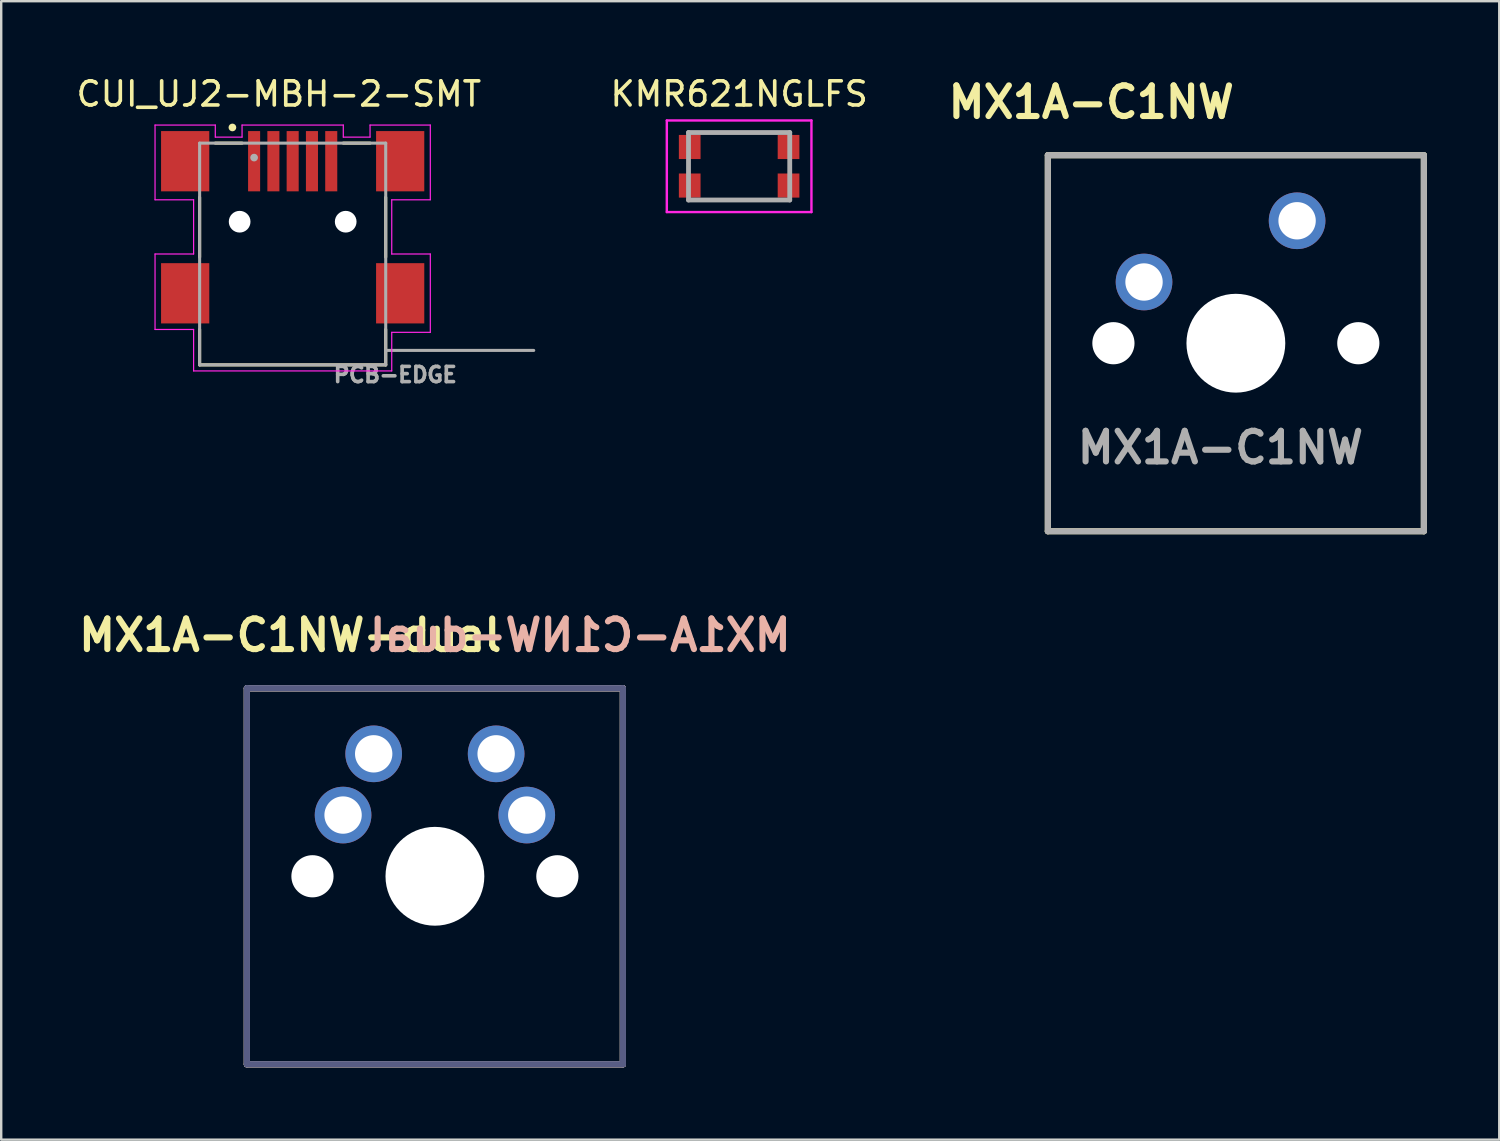
<source format=kicad_pcb>
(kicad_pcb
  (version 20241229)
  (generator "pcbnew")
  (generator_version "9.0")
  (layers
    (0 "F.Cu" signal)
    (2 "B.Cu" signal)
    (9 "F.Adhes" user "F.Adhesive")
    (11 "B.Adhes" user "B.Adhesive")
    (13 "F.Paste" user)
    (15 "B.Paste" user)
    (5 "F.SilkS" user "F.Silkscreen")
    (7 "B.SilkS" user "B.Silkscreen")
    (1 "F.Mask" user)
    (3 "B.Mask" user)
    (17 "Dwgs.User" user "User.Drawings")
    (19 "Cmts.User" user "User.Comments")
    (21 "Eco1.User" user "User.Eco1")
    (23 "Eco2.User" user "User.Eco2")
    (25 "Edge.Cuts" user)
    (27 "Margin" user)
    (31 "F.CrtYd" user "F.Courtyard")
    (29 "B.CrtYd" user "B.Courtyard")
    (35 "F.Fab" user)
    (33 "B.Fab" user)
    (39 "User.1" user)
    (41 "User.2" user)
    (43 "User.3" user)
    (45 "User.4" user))
  (footprint "MX1A-C1NW-dual"
    (layer "F.Cu")
    (at 14.993 33.304)
    (property "Reference" "MX1A-C1NW-dual" (at -6 -10 0) (layer "F.SilkS") (effects (font (size 1.27 1.27) (thickness 0.254))))
    (attr through_hole)
    (fp_line (start -7.8 -7.8) (end 7.8 -7.8) (stroke (width 0.254) (type solid)) (layer "F.SilkS"))
    (fp_line (start -7.8 7.8) (end -7.8 -7.8) (stroke (width 0.254) (type solid)) (layer "F.SilkS"))
    (fp_line (start 7.8 -7.8) (end 7.8 7.8) (stroke (width 0.254) (type solid)) (layer "F.SilkS"))
    (fp_line (start 7.8 7.8) (end -7.8 7.8) (stroke (width 0.254) (type solid)) (layer "F.SilkS"))
    (fp_line (start -7.8 -7.8) (end 7.8 -7.8) (stroke (width 0.254) (type solid)) (layer "B.SilkS"))
    (fp_line (start -7.8 7.8) (end -7.8 -7.8) (stroke (width 0.254) (type solid)) (layer "B.SilkS"))
    (fp_line (start 7.8 -7.8) (end 7.8 7.8) (stroke (width 0.254) (type solid)) (layer "B.SilkS"))
    (fp_line (start 7.8 7.8) (end -7.8 7.8) (stroke (width 0.254) (type solid)) (layer "B.SilkS"))
    (fp_line (start -7.8 -7.8) (end 7.8 -7.8) (stroke (width 0.254) (type solid)) (layer "B.Fab"))
    (fp_line (start -7.8 7.8) (end -7.8 -7.8) (stroke (width 0.254) (type solid)) (layer "B.Fab"))
    (fp_line (start 7.8 -7.8) (end 7.8 7.8) (stroke (width 0.254) (type solid)) (layer "B.Fab"))
    (fp_line (start 7.8 7.8) (end -7.8 7.8) (stroke (width 0.254) (type solid)) (layer "B.Fab"))
    (fp_line (start -7.8 -7.8) (end 7.8 -7.8) (stroke (width 0.254) (type solid)) (layer "F.Fab"))
    (fp_line (start -7.8 7.8) (end -7.8 -7.8) (stroke (width 0.254) (type solid)) (layer "F.Fab"))
    (fp_line (start 7.8 -7.8) (end 7.8 7.8) (stroke (width 0.254) (type solid)) (layer "F.Fab"))
    (fp_line (start 7.8 7.8) (end -7.8 7.8) (stroke (width 0.254) (type solid)) (layer "F.Fab"))
    (fp_text user "${REFERENCE}" (at 6 -10 0) (layer "B.SilkS") (effects (font (size 1.27 1.27) (thickness 0.254)) (justify mirror)))
    (pad "" np_thru_hole circle (at -5.08 0) (size 1.75 1.75) (drill 1.75) (layers "*.Cu" "*.Mask"))
    (pad "" np_thru_hole circle (at 0 0) (size 4.1 4.1) (drill 4.1) (layers "*.Cu" "*.Mask"))
    (pad "" np_thru_hole circle (at 5.08 0) (size 1.75 1.75) (drill 1.75) (layers "*.Cu" "*.Mask"))
    (pad "1" thru_hole circle (at -3.81 -2.54) (size 2.35 2.35) (drill 1.55) (layers "*.Cu" "*.Mask"))
    (pad "1" thru_hole circle (at 3.81 -2.54) (size 2.35 2.35) (drill 1.55) (layers "*.Cu" "*.Mask"))
    (pad "2" thru_hole circle (at -2.54 -5.08) (size 2.35 2.35) (drill 1.55) (layers "*.Cu" "*.Mask"))
    (pad "2" thru_hole circle (at 2.54 -5.08) (size 2.35 2.35) (drill 1.55) (layers "*.Cu" "*.Mask")))
  (footprint "CUI_UJ2-MBH-2-SMT"
    (layer "F.Cu")
    (at 7.492 3.638)
    (property "Reference" "CUI_UJ2-MBH-2-SMT" (at 1.027 -2.789 0) (layer "F.SilkS") (effects (font (size 1.001 1.001) (thickness 0.15))))
    (attr through_hole)
    (fp_line (start -2.26 3.98) (end -2.26 1.5) (stroke (width 0.127) (type solid)) (layer "F.SilkS"))
    (fp_line (start -2.26 6.98) (end -2.26 8.45) (stroke (width 0.127) (type solid)) (layer "F.SilkS"))
    (fp_line (start -2.26 8.45) (end 5.46 8.45) (stroke (width 0.127) (type solid)) (layer "F.SilkS"))
    (fp_line (start -1.61 -0.75) (end -0.5 -0.75) (stroke (width 0.127) (type solid)) (layer "F.SilkS"))
    (fp_line (start 3.7 -0.75) (end 4.81 -0.75) (stroke (width 0.127) (type solid)) (layer "F.SilkS"))
    (fp_line (start 5.46 3.98) (end 5.46 1.5) (stroke (width 0.127) (type solid)) (layer "F.SilkS"))
    (fp_line (start 5.46 8.45) (end 5.46 6.98) (stroke (width 0.127) (type solid)) (layer "F.SilkS"))
    (fp_circle (center -0.9 -1.4) (end -0.82 -1.4) (stroke (width 0.16) (type solid)) (fill no) (layer "F.SilkS"))
    (fp_line (start -4.11 -1.5) (end -4.11 1.6) (stroke (width 0.05) (type solid)) (layer "F.CrtYd"))
    (fp_line (start -4.11 1.6) (end -2.51 1.6) (stroke (width 0.05) (type solid)) (layer "F.CrtYd"))
    (fp_line (start -4.11 3.85) (end -4.11 6.98) (stroke (width 0.05) (type solid)) (layer "F.CrtYd"))
    (fp_line (start -4.11 6.98) (end -2.51 6.98) (stroke (width 0.05) (type solid)) (layer "F.CrtYd"))
    (fp_line (start -2.51 1.6) (end -2.51 3.85) (stroke (width 0.05) (type solid)) (layer "F.CrtYd"))
    (fp_line (start -2.51 3.85) (end -4.11 3.85) (stroke (width 0.05) (type solid)) (layer "F.CrtYd"))
    (fp_line (start -2.51 6.98) (end -2.51 8.7) (stroke (width 0.05) (type solid)) (layer "F.CrtYd"))
    (fp_line (start -2.51 8.7) (end 5.71 8.7) (stroke (width 0.05) (type solid)) (layer "F.CrtYd"))
    (fp_line (start -1.61 -1.5) (end -4.11 -1.5) (stroke (width 0.05) (type solid)) (layer "F.CrtYd"))
    (fp_line (start -1.61 -1) (end -1.61 -1.5) (stroke (width 0.05) (type solid)) (layer "F.CrtYd"))
    (fp_line (start -0.5 -1.5) (end -0.5 -1) (stroke (width 0.05) (type solid)) (layer "F.CrtYd"))
    (fp_line (start -0.5 -1) (end -1.61 -1) (stroke (width 0.05) (type solid)) (layer "F.CrtYd"))
    (fp_line (start 3.7 -1.5) (end -0.5 -1.5) (stroke (width 0.05) (type solid)) (layer "F.CrtYd"))
    (fp_line (start 3.7 -1) (end 3.7 -1.5) (stroke (width 0.05) (type solid)) (layer "F.CrtYd"))
    (fp_line (start 4.81 -1.5) (end 4.81 -1) (stroke (width 0.05) (type solid)) (layer "F.CrtYd"))
    (fp_line (start 4.81 -1) (end 3.7 -1) (stroke (width 0.05) (type solid)) (layer "F.CrtYd"))
    (fp_line (start 5.71 1.6) (end 7.31 1.6) (stroke (width 0.05) (type solid)) (layer "F.CrtYd"))
    (fp_line (start 5.71 3.85) (end 5.71 1.6) (stroke (width 0.05) (type solid)) (layer "F.CrtYd"))
    (fp_line (start 5.71 7.1) (end 7.31 7.1) (stroke (width 0.05) (type solid)) (layer "F.CrtYd"))
    (fp_line (start 5.71 8.7) (end 5.71 7.1) (stroke (width 0.05) (type solid)) (layer "F.CrtYd"))
    (fp_line (start 7.31 -1.5) (end 4.81 -1.5) (stroke (width 0.05) (type solid)) (layer "F.CrtYd"))
    (fp_line (start 7.31 1.6) (end 7.31 -1.5) (stroke (width 0.05) (type solid)) (layer "F.CrtYd"))
    (fp_line (start 7.31 3.85) (end 5.71 3.85) (stroke (width 0.05) (type solid)) (layer "F.CrtYd"))
    (fp_line (start 7.31 7.1) (end 7.31 3.85) (stroke (width 0.05) (type solid)) (layer "F.CrtYd"))
    (fp_line (start -2.26 -0.75) (end 5.46 -0.75) (stroke (width 0.127) (type solid)) (layer "F.Fab"))
    (fp_line (start -2.26 8.45) (end -2.26 -0.75) (stroke (width 0.127) (type solid)) (layer "F.Fab"))
    (fp_line (start 5.46 -0.75) (end 5.46 7.85) (stroke (width 0.127) (type solid)) (layer "F.Fab"))
    (fp_line (start 5.46 7.85) (end 5.46 8.45) (stroke (width 0.127) (type solid)) (layer "F.Fab"))
    (fp_line (start 5.46 7.85) (end 11.6 7.85) (stroke (width 0.127) (type solid)) (layer "F.Fab"))
    (fp_line (start 5.46 8.45) (end -2.26 8.45) (stroke (width 0.127) (type solid)) (layer "F.Fab"))
    (fp_circle (center 0 -0.15) (end 0.08 -0.15) (stroke (width 0.16) (type solid)) (fill no) (layer "F.Fab"))
    (fp_text user "PCB-EDGE" (at 5.856 8.859 0) (layer "F.Fab") (effects (font (size 0.631 0.631) (thickness 0.15))))
    (pad "" np_thru_hole circle (at -0.6 2.51) (size 0.9 0.9) (drill 0.9) (layers "*.Cu" "*.Mask"))
    (pad "" np_thru_hole circle (at 3.8 2.51) (size 0.9 0.9) (drill 0.9) (layers "*.Cu" "*.Mask"))
    (pad "1" smd rect (at 0 0) (size 0.5 2.5) (layers "F.Cu" "F.Mask" "F.Paste"))
    (pad "2" smd rect (at 0.8 0) (size 0.5 2.5) (layers "F.Cu" "F.Mask" "F.Paste"))
    (pad "3" smd rect (at 1.6 0) (size 0.5 2.5) (layers "F.Cu" "F.Mask" "F.Paste"))
    (pad "4" smd rect (at 2.4 0) (size 0.5 2.5) (layers "F.Cu" "F.Mask" "F.Paste"))
    (pad "5" smd rect (at 3.2 0) (size 0.5 2.5) (layers "F.Cu" "F.Mask" "F.Paste"))
    (pad "6" smd rect (at -2.86 0) (size 2 2.5) (layers "F.Cu" "F.Mask" "F.Paste"))
    (pad "6" smd rect (at -2.86 5.48) (size 2 2.5) (layers "F.Cu" "F.Mask" "F.Paste"))
    (pad "6" smd rect (at 6.06 0) (size 2 2.5) (layers "F.Cu" "F.Mask" "F.Paste"))
    (pad "6" smd rect (at 6.06 5.48) (size 2 2.5) (layers "F.Cu" "F.Mask" "F.Paste")))
  (footprint "MX1A-C1NW"
    (layer "F.Cu")
    (at 48.222 11.189)
    (property "Reference" "MX1A-C1NW" (at -6 -10 0) (layer "F.SilkS") (effects (font (size 1.27 1.27) (thickness 0.254))))
    (attr through_hole)
    (fp_line (start -7.8 -7.8) (end 7.8 -7.8) (stroke (width 0.254) (type solid)) (layer "F.SilkS"))
    (fp_line (start -7.8 7.8) (end -7.8 -7.8) (stroke (width 0.254) (type solid)) (layer "F.SilkS"))
    (fp_line (start 7.8 -7.8) (end 7.8 7.8) (stroke (width 0.254) (type solid)) (layer "F.SilkS"))
    (fp_line (start 7.8 7.8) (end -7.8 7.8) (stroke (width 0.254) (type solid)) (layer "F.SilkS"))
    (fp_line (start -7.8 -7.8) (end 7.8 -7.8) (stroke (width 0.254) (type solid)) (layer "F.Fab"))
    (fp_line (start -7.8 7.8) (end -7.8 -7.8) (stroke (width 0.254) (type solid)) (layer "F.Fab"))
    (fp_line (start 7.8 -7.8) (end 7.8 7.8) (stroke (width 0.254) (type solid)) (layer "F.Fab"))
    (fp_line (start 7.8 7.8) (end -7.8 7.8) (stroke (width 0.254) (type solid)) (layer "F.Fab"))
    (fp_text user "${REFERENCE}" (at -0.641 4.329 0) (layer "F.Fab") (effects (font (size 1.27 1.27) (thickness 0.254))))
    (pad "" np_thru_hole circle (at -5.08 0) (size 1.75 1.75) (drill 1.75) (layers "*.Cu" "*.Mask"))
    (pad "" np_thru_hole circle (at 0 0) (size 4.1 4.1) (drill 4.1) (layers "*.Cu" "*.Mask"))
    (pad "" np_thru_hole circle (at 5.08 0) (size 1.75 1.75) (drill 1.75) (layers "*.Cu" "*.Mask"))
    (pad "1" thru_hole circle (at -3.81 -2.54) (size 2.35 2.35) (drill 1.55) (layers "*.Cu" "*.Mask"))
    (pad "2" thru_hole circle (at 2.54 -5.08) (size 2.35 2.35) (drill 1.55) (layers "*.Cu" "*.Mask")))
  (footprint "KMR621NGLFS"
    (layer "F.Cu")
    (at 27.614 3.848)
    (property "Reference" "KMR621NGLFS" (at 0 -3 0) (layer "F.SilkS") (effects (font (size 1 1) (thickness 0.15))))
    (attr smd)
    (fp_line (start -1 -1.4) (end 1 -1.4) (stroke (width 0.1) (type solid)) (layer "F.SilkS"))
    (fp_line (start -1 1.4) (end 1 1.4) (stroke (width 0.1) (type solid)) (layer "F.SilkS"))
    (fp_line (start -3 -1.9) (end 3 -1.9) (stroke (width 0.1) (type solid)) (layer "F.CrtYd"))
    (fp_line (start -3 1.9) (end -3 -1.9) (stroke (width 0.1) (type solid)) (layer "F.CrtYd"))
    (fp_line (start 3 -1.9) (end 3 1.9) (stroke (width 0.1) (type solid)) (layer "F.CrtYd"))
    (fp_line (start 3 1.9) (end -3 1.9) (stroke (width 0.1) (type solid)) (layer "F.CrtYd"))
    (fp_line (start -2.1 -1.4) (end 2.1 -1.4) (stroke (width 0.2) (type solid)) (layer "F.Fab"))
    (fp_line (start -2.1 1.4) (end -2.1 -1.4) (stroke (width 0.2) (type solid)) (layer "F.Fab"))
    (fp_line (start 2.1 -1.4) (end 2.1 1.4) (stroke (width 0.2) (type solid)) (layer "F.Fab"))
    (fp_line (start 2.1 1.4) (end -2.1 1.4) (stroke (width 0.2) (type solid)) (layer "F.Fab"))
    (pad "1" smd rect (at -2.05 -0.8) (size 0.9 1) (layers "F.Cu" "F.Mask" "F.Paste"))
    (pad "1" smd rect (at 2.05 -0.8) (size 0.9 1) (layers "F.Cu" "F.Mask" "F.Paste"))
    (pad "2" smd rect (at -2.05 0.8) (size 0.9 1) (layers "F.Cu" "F.Mask" "F.Paste"))
    (pad "2" smd rect (at 2.05 0.8) (size 0.9 1) (layers "F.Cu" "F.Mask" "F.Paste")))
  (gr_rect
    (start -3 -3)
    (end 59.149 44.231)
    (stroke (width 0.1) (type default))
    (fill no)
    (layer "Edge.Cuts")))
</source>
